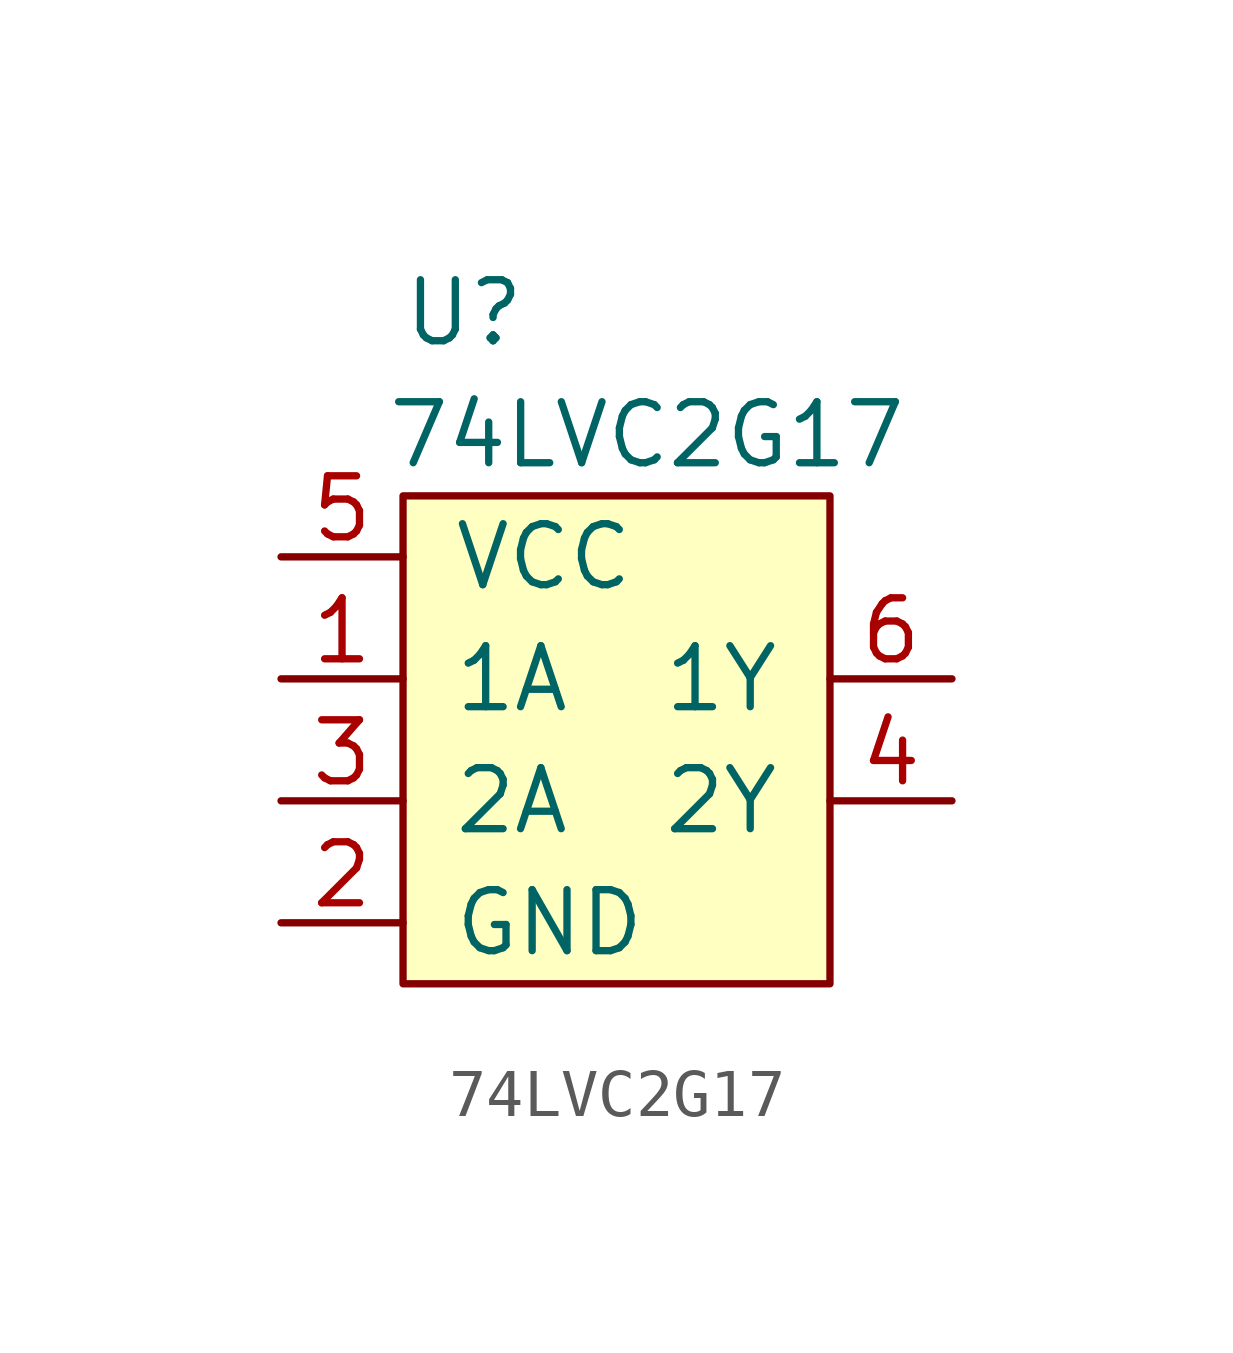
<source format=kicad_sym>
(kicad_symbol_lib
  (version 20201005)
  (generator kicad_symbol_editor)
  (symbol "74LVC2G17"
    (pin_names
      (offset 1.016))
    (property "Reference" "U"
      (at -2.54 8.89 0)
      (effects (font (size 1.27 1.27))))
    (property "Value" "74LVC2G17"
      (at 1.27 6.35 0)
      (effects (font (size 1.27 1.27))))
    (symbol "74LVC2G17_0_1"
      (rectangle (start -3.81 5.08) (end 5.08 -5.08) (stroke (width 0)) (fill (type background))))
    (symbol "74LVC2G17_1_1"
      (pin input line (at -6.35 1.27 0) (length 2.54) (name "1A" (effects (font (size 1.27 1.27)))) (number "1" (effects (font (size 1.27 1.27)))))
      (pin power_in line (at -6.35 -3.81 0) (length 2.54) (name "GND" (effects (font (size 1.27 1.27)))) (number "2" (effects (font (size 1.27 1.27)))))
      (pin input line (at -6.35 -1.27 0) (length 2.54) (name "2A" (effects (font (size 1.27 1.27)))) (number "3" (effects (font (size 1.27 1.27)))))
      (pin output line (at 7.62 -1.27 180) (length 2.54) (name "2Y" (effects (font (size 1.27 1.27)))) (number "4" (effects (font (size 1.27 1.27)))))
      (pin power_in line (at -6.35 3.81 0) (length 2.54) (name "VCC" (effects (font (size 1.27 1.27)))) (number "5" (effects (font (size 1.27 1.27)))))
      (pin output line (at 7.62 1.27 180) (length 2.54) (name "1Y" (effects (font (size 1.27 1.27)))) (number "6" (effects (font (size 1.27 1.27))))))))
</source>
